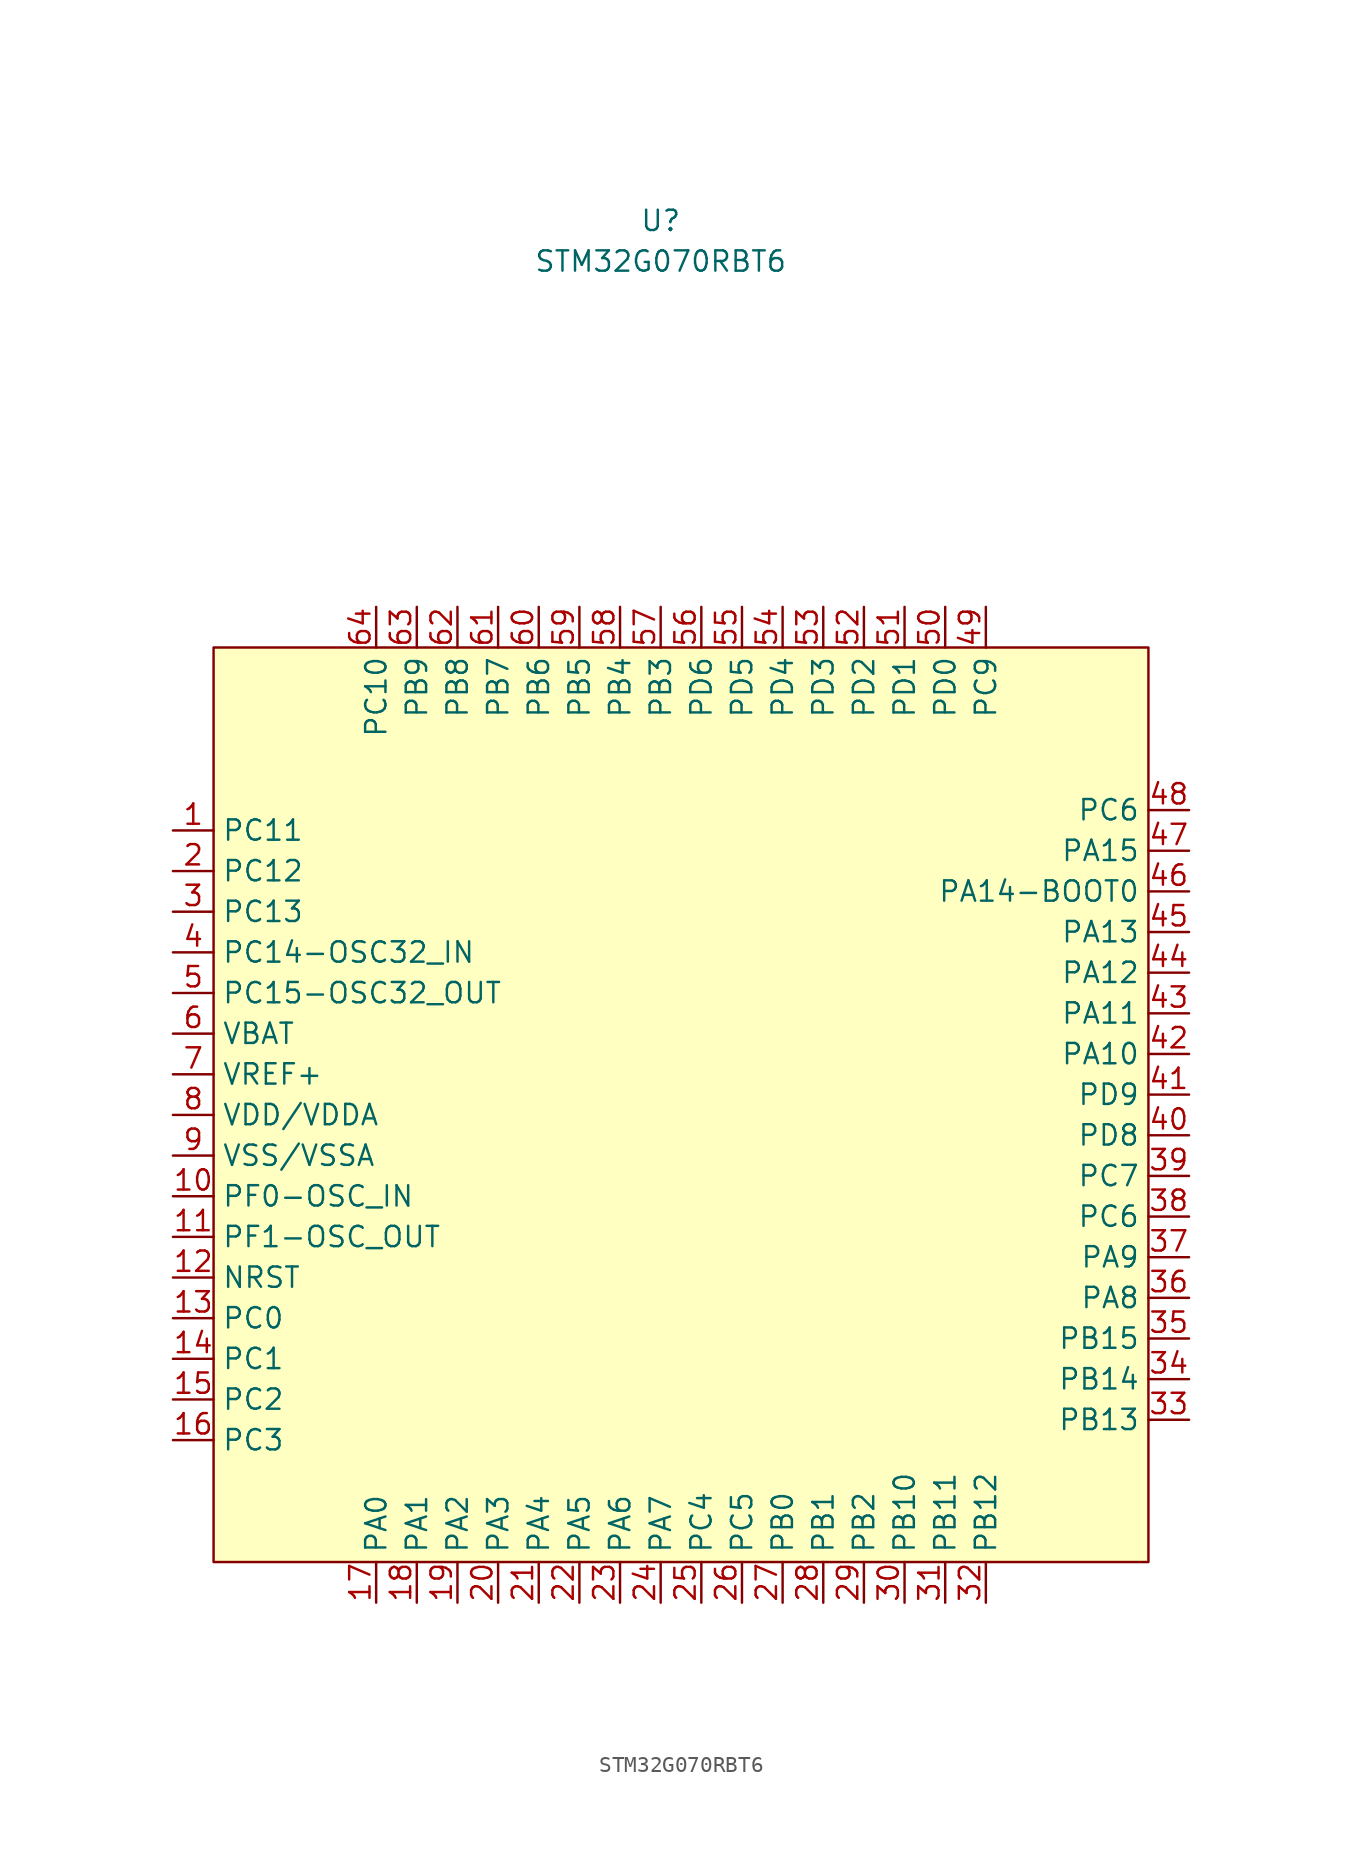
<source format=kicad_sym>
(kicad_symbol_lib
  (version 20211014)
  (generator kicad_symbol_editor)
  (symbol "STM32G070RBT6"
    (property "Reference" "U"
      (at 44.45 36.83 0)
      (effects (font (size 1.27 1.27))))
    (property "Value" "STM32G070RBT6"
      (at 44.45 34.29 0)
      (effects (font (size 1.27 1.27))))
    (symbol "STM32G070RBT6_0_1"
      (rectangle (start 16.51 10.16) (end 74.93 -46.99) (stroke (width 0) (type default) (color 0 0 0 0)) (fill (type background))))
    (symbol "STM32G070RBT6_1_1"
      (pin power_in line (at 13.97 -1.27 0) (length 2.54) (name "PC11" (effects (font (size 1.27 1.27)))) (number "1" (effects (font (size 1.27 1.27)))))
      (pin bidirectional line (at 13.97 -24.13 0) (length 2.54) (name "PF0-OSC_IN" (effects (font (size 1.27 1.27)))) (number "10" (effects (font (size 1.27 1.27)))))
      (pin bidirectional line (at 13.97 -26.67 0) (length 2.54) (name "PF1-OSC_OUT" (effects (font (size 1.27 1.27)))) (number "11" (effects (font (size 1.27 1.27)))))
      (pin bidirectional line (at 13.97 -29.21 0) (length 2.54) (name "NRST" (effects (font (size 1.27 1.27)))) (number "12" (effects (font (size 1.27 1.27)))))
      (pin bidirectional line (at 13.97 -31.75 0) (length 2.54) (name "PC0" (effects (font (size 1.27 1.27)))) (number "13" (effects (font (size 1.27 1.27)))))
      (pin bidirectional line (at 13.97 -34.29 0) (length 2.54) (name "PC1" (effects (font (size 1.27 1.27)))) (number "14" (effects (font (size 1.27 1.27)))))
      (pin bidirectional line (at 13.97 -36.83 0) (length 2.54) (name "PC2" (effects (font (size 1.27 1.27)))) (number "15" (effects (font (size 1.27 1.27)))))
      (pin bidirectional line (at 13.97 -39.37 0) (length 2.54) (name "PC3" (effects (font (size 1.27 1.27)))) (number "16" (effects (font (size 1.27 1.27)))))
      (pin bidirectional line (at 26.67 -49.53 90) (length 2.54) (name "PA0" (effects (font (size 1.27 1.27)))) (number "17" (effects (font (size 1.27 1.27)))))
      (pin power_in line (at 29.21 -49.53 90) (length 2.54) (name "PA1" (effects (font (size 1.27 1.27)))) (number "18" (effects (font (size 1.27 1.27)))))
      (pin power_in line (at 31.75 -49.53 90) (length 2.54) (name "PA2" (effects (font (size 1.27 1.27)))) (number "19" (effects (font (size 1.27 1.27)))))
      (pin bidirectional line (at 13.97 -3.81 0) (length 2.54) (name "PC12" (effects (font (size 1.27 1.27)))) (number "2" (effects (font (size 1.27 1.27)))))
      (pin bidirectional line (at 34.29 -49.53 90) (length 2.54) (name "PA3" (effects (font (size 1.27 1.27)))) (number "20" (effects (font (size 1.27 1.27)))))
      (pin bidirectional line (at 36.83 -49.53 90) (length 2.54) (name "PA4" (effects (font (size 1.27 1.27)))) (number "21" (effects (font (size 1.27 1.27)))))
      (pin bidirectional line (at 39.37 -49.53 90) (length 2.54) (name "PA5" (effects (font (size 1.27 1.27)))) (number "22" (effects (font (size 1.27 1.27)))))
      (pin bidirectional line (at 41.91 -49.53 90) (length 2.54) (name "PA6" (effects (font (size 1.27 1.27)))) (number "23" (effects (font (size 1.27 1.27)))))
      (pin bidirectional line (at 44.45 -49.53 90) (length 2.54) (name "PA7" (effects (font (size 1.27 1.27)))) (number "24" (effects (font (size 1.27 1.27)))))
      (pin bidirectional line (at 46.99 -49.53 90) (length 2.54) (name "PC4" (effects (font (size 1.27 1.27)))) (number "25" (effects (font (size 1.27 1.27)))))
      (pin bidirectional line (at 49.53 -49.53 90) (length 2.54) (name "PC5" (effects (font (size 1.27 1.27)))) (number "26" (effects (font (size 1.27 1.27)))))
      (pin bidirectional line (at 52.07 -49.53 90) (length 2.54) (name "PB0" (effects (font (size 1.27 1.27)))) (number "27" (effects (font (size 1.27 1.27)))))
      (pin bidirectional line (at 54.61 -49.53 90) (length 2.54) (name "PB1" (effects (font (size 1.27 1.27)))) (number "28" (effects (font (size 1.27 1.27)))))
      (pin bidirectional line (at 57.15 -49.53 90) (length 2.54) (name "PB2" (effects (font (size 1.27 1.27)))) (number "29" (effects (font (size 1.27 1.27)))))
      (pin bidirectional line (at 13.97 -6.35 0) (length 2.54) (name "PC13" (effects (font (size 1.27 1.27)))) (number "3" (effects (font (size 1.27 1.27)))))
      (pin bidirectional line (at 59.69 -49.53 90) (length 2.54) (name "PB10" (effects (font (size 1.27 1.27)))) (number "30" (effects (font (size 1.27 1.27)))))
      (pin bidirectional line (at 62.23 -49.53 90) (length 2.54) (name "PB11" (effects (font (size 1.27 1.27)))) (number "31" (effects (font (size 1.27 1.27)))))
      (pin bidirectional line (at 64.77 -49.53 90) (length 2.54) (name "PB12" (effects (font (size 1.27 1.27)))) (number "32" (effects (font (size 1.27 1.27)))))
      (pin bidirectional line (at 77.47 -38.1 180) (length 2.54) (name "PB13" (effects (font (size 1.27 1.27)))) (number "33" (effects (font (size 1.27 1.27)))))
      (pin bidirectional line (at 77.47 -35.56 180) (length 2.54) (name "PB14" (effects (font (size 1.27 1.27)))) (number "34" (effects (font (size 1.27 1.27)))))
      (pin bidirectional line (at 77.47 -33.02 180) (length 2.54) (name "PB15" (effects (font (size 1.27 1.27)))) (number "35" (effects (font (size 1.27 1.27)))))
      (pin bidirectional line (at 77.47 -30.48 180) (length 2.54) (name "PA8" (effects (font (size 1.27 1.27)))) (number "36" (effects (font (size 1.27 1.27)))))
      (pin bidirectional line (at 77.47 -27.94 180) (length 2.54) (name "PA9" (effects (font (size 1.27 1.27)))) (number "37" (effects (font (size 1.27 1.27)))))
      (pin bidirectional line (at 77.47 -25.4 180) (length 2.54) (name "PC6" (effects (font (size 1.27 1.27)))) (number "38" (effects (font (size 1.27 1.27)))))
      (pin bidirectional line (at 77.47 -22.86 180) (length 2.54) (name "PC7" (effects (font (size 1.27 1.27)))) (number "39" (effects (font (size 1.27 1.27)))))
      (pin bidirectional line (at 13.97 -8.89 0) (length 2.54) (name "PC14-OSC32_IN" (effects (font (size 1.27 1.27)))) (number "4" (effects (font (size 1.27 1.27)))))
      (pin bidirectional line (at 77.47 -20.32 180) (length 2.54) (name "PD8" (effects (font (size 1.27 1.27)))) (number "40" (effects (font (size 1.27 1.27)))))
      (pin bidirectional line (at 77.47 -17.78 180) (length 2.54) (name "PD9" (effects (font (size 1.27 1.27)))) (number "41" (effects (font (size 1.27 1.27)))))
      (pin bidirectional line (at 77.47 -15.24 180) (length 2.54) (name "PA10" (effects (font (size 1.27 1.27)))) (number "42" (effects (font (size 1.27 1.27)))))
      (pin bidirectional line (at 77.47 -12.7 180) (length 2.54) (name "PA11" (effects (font (size 1.27 1.27)))) (number "43" (effects (font (size 1.27 1.27)))))
      (pin bidirectional line (at 77.47 -10.16 180) (length 2.54) (name "PA12" (effects (font (size 1.27 1.27)))) (number "44" (effects (font (size 1.27 1.27)))))
      (pin bidirectional line (at 77.47 -7.62 180) (length 2.54) (name "PA13" (effects (font (size 1.27 1.27)))) (number "45" (effects (font (size 1.27 1.27)))))
      (pin bidirectional line (at 77.47 -5.08 180) (length 2.54) (name "PA14-BOOT0" (effects (font (size 1.27 1.27)))) (number "46" (effects (font (size 1.27 1.27)))))
      (pin bidirectional line (at 77.47 -2.54 180) (length 2.54) (name "PA15" (effects (font (size 1.27 1.27)))) (number "47" (effects (font (size 1.27 1.27)))))
      (pin bidirectional line (at 77.47 0 180) (length 2.54) (name "PC6" (effects (font (size 1.27 1.27)))) (number "48" (effects (font (size 1.27 1.27)))))
      (pin bidirectional line (at 64.77 12.7 270) (length 2.54) (name "PC9" (effects (font (size 1.27 1.27)))) (number "49" (effects (font (size 1.27 1.27)))))
      (pin bidirectional line (at 13.97 -11.43 0) (length 2.54) (name "PC15-OSC32_OUT" (effects (font (size 1.27 1.27)))) (number "5" (effects (font (size 1.27 1.27)))))
      (pin bidirectional line (at 62.23 12.7 270) (length 2.54) (name "PD0" (effects (font (size 1.27 1.27)))) (number "50" (effects (font (size 1.27 1.27)))))
      (pin bidirectional line (at 59.69 12.7 270) (length 2.54) (name "PD1" (effects (font (size 1.27 1.27)))) (number "51" (effects (font (size 1.27 1.27)))))
      (pin bidirectional line (at 57.15 12.7 270) (length 2.54) (name "PD2" (effects (font (size 1.27 1.27)))) (number "52" (effects (font (size 1.27 1.27)))))
      (pin bidirectional line (at 54.61 12.7 270) (length 2.54) (name "PD3" (effects (font (size 1.27 1.27)))) (number "53" (effects (font (size 1.27 1.27)))))
      (pin bidirectional line (at 52.07 12.7 270) (length 2.54) (name "PD4" (effects (font (size 1.27 1.27)))) (number "54" (effects (font (size 1.27 1.27)))))
      (pin bidirectional line (at 49.53 12.7 270) (length 2.54) (name "PD5" (effects (font (size 1.27 1.27)))) (number "55" (effects (font (size 1.27 1.27)))))
      (pin bidirectional line (at 46.99 12.7 270) (length 2.54) (name "PD6" (effects (font (size 1.27 1.27)))) (number "56" (effects (font (size 1.27 1.27)))))
      (pin bidirectional line (at 44.45 12.7 270) (length 2.54) (name "PB3" (effects (font (size 1.27 1.27)))) (number "57" (effects (font (size 1.27 1.27)))))
      (pin bidirectional line (at 41.91 12.7 270) (length 2.54) (name "PB4" (effects (font (size 1.27 1.27)))) (number "58" (effects (font (size 1.27 1.27)))))
      (pin bidirectional line (at 39.37 12.7 270) (length 2.54) (name "PB5" (effects (font (size 1.27 1.27)))) (number "59" (effects (font (size 1.27 1.27)))))
      (pin power_in line (at 13.97 -13.97 0) (length 2.54) (name "VBAT" (effects (font (size 1.27 1.27)))) (number "6" (effects (font (size 1.27 1.27)))))
      (pin bidirectional line (at 36.83 12.7 270) (length 2.54) (name "PB6" (effects (font (size 1.27 1.27)))) (number "60" (effects (font (size 1.27 1.27)))))
      (pin bidirectional line (at 34.29 12.7 270) (length 2.54) (name "PB7" (effects (font (size 1.27 1.27)))) (number "61" (effects (font (size 1.27 1.27)))))
      (pin bidirectional line (at 31.75 12.7 270) (length 2.54) (name "PB8" (effects (font (size 1.27 1.27)))) (number "62" (effects (font (size 1.27 1.27)))))
      (pin bidirectional line (at 29.21 12.7 270) (length 2.54) (name "PB9" (effects (font (size 1.27 1.27)))) (number "63" (effects (font (size 1.27 1.27)))))
      (pin bidirectional line (at 26.67 12.7 270) (length 2.54) (name "PC10" (effects (font (size 1.27 1.27)))) (number "64" (effects (font (size 1.27 1.27)))))
      (pin power_in line (at 13.97 -16.51 0) (length 2.54) (name "VREF+" (effects (font (size 1.27 1.27)))) (number "7" (effects (font (size 1.27 1.27)))))
      (pin power_in line (at 13.97 -19.05 0) (length 2.54) (name "VDD/VDDA" (effects (font (size 1.27 1.27)))) (number "8" (effects (font (size 1.27 1.27)))))
      (pin power_in line (at 13.97 -21.59 0) (length 2.54) (name "VSS/VSSA" (effects (font (size 1.27 1.27)))) (number "9" (effects (font (size 1.27 1.27))))))))
</source>
